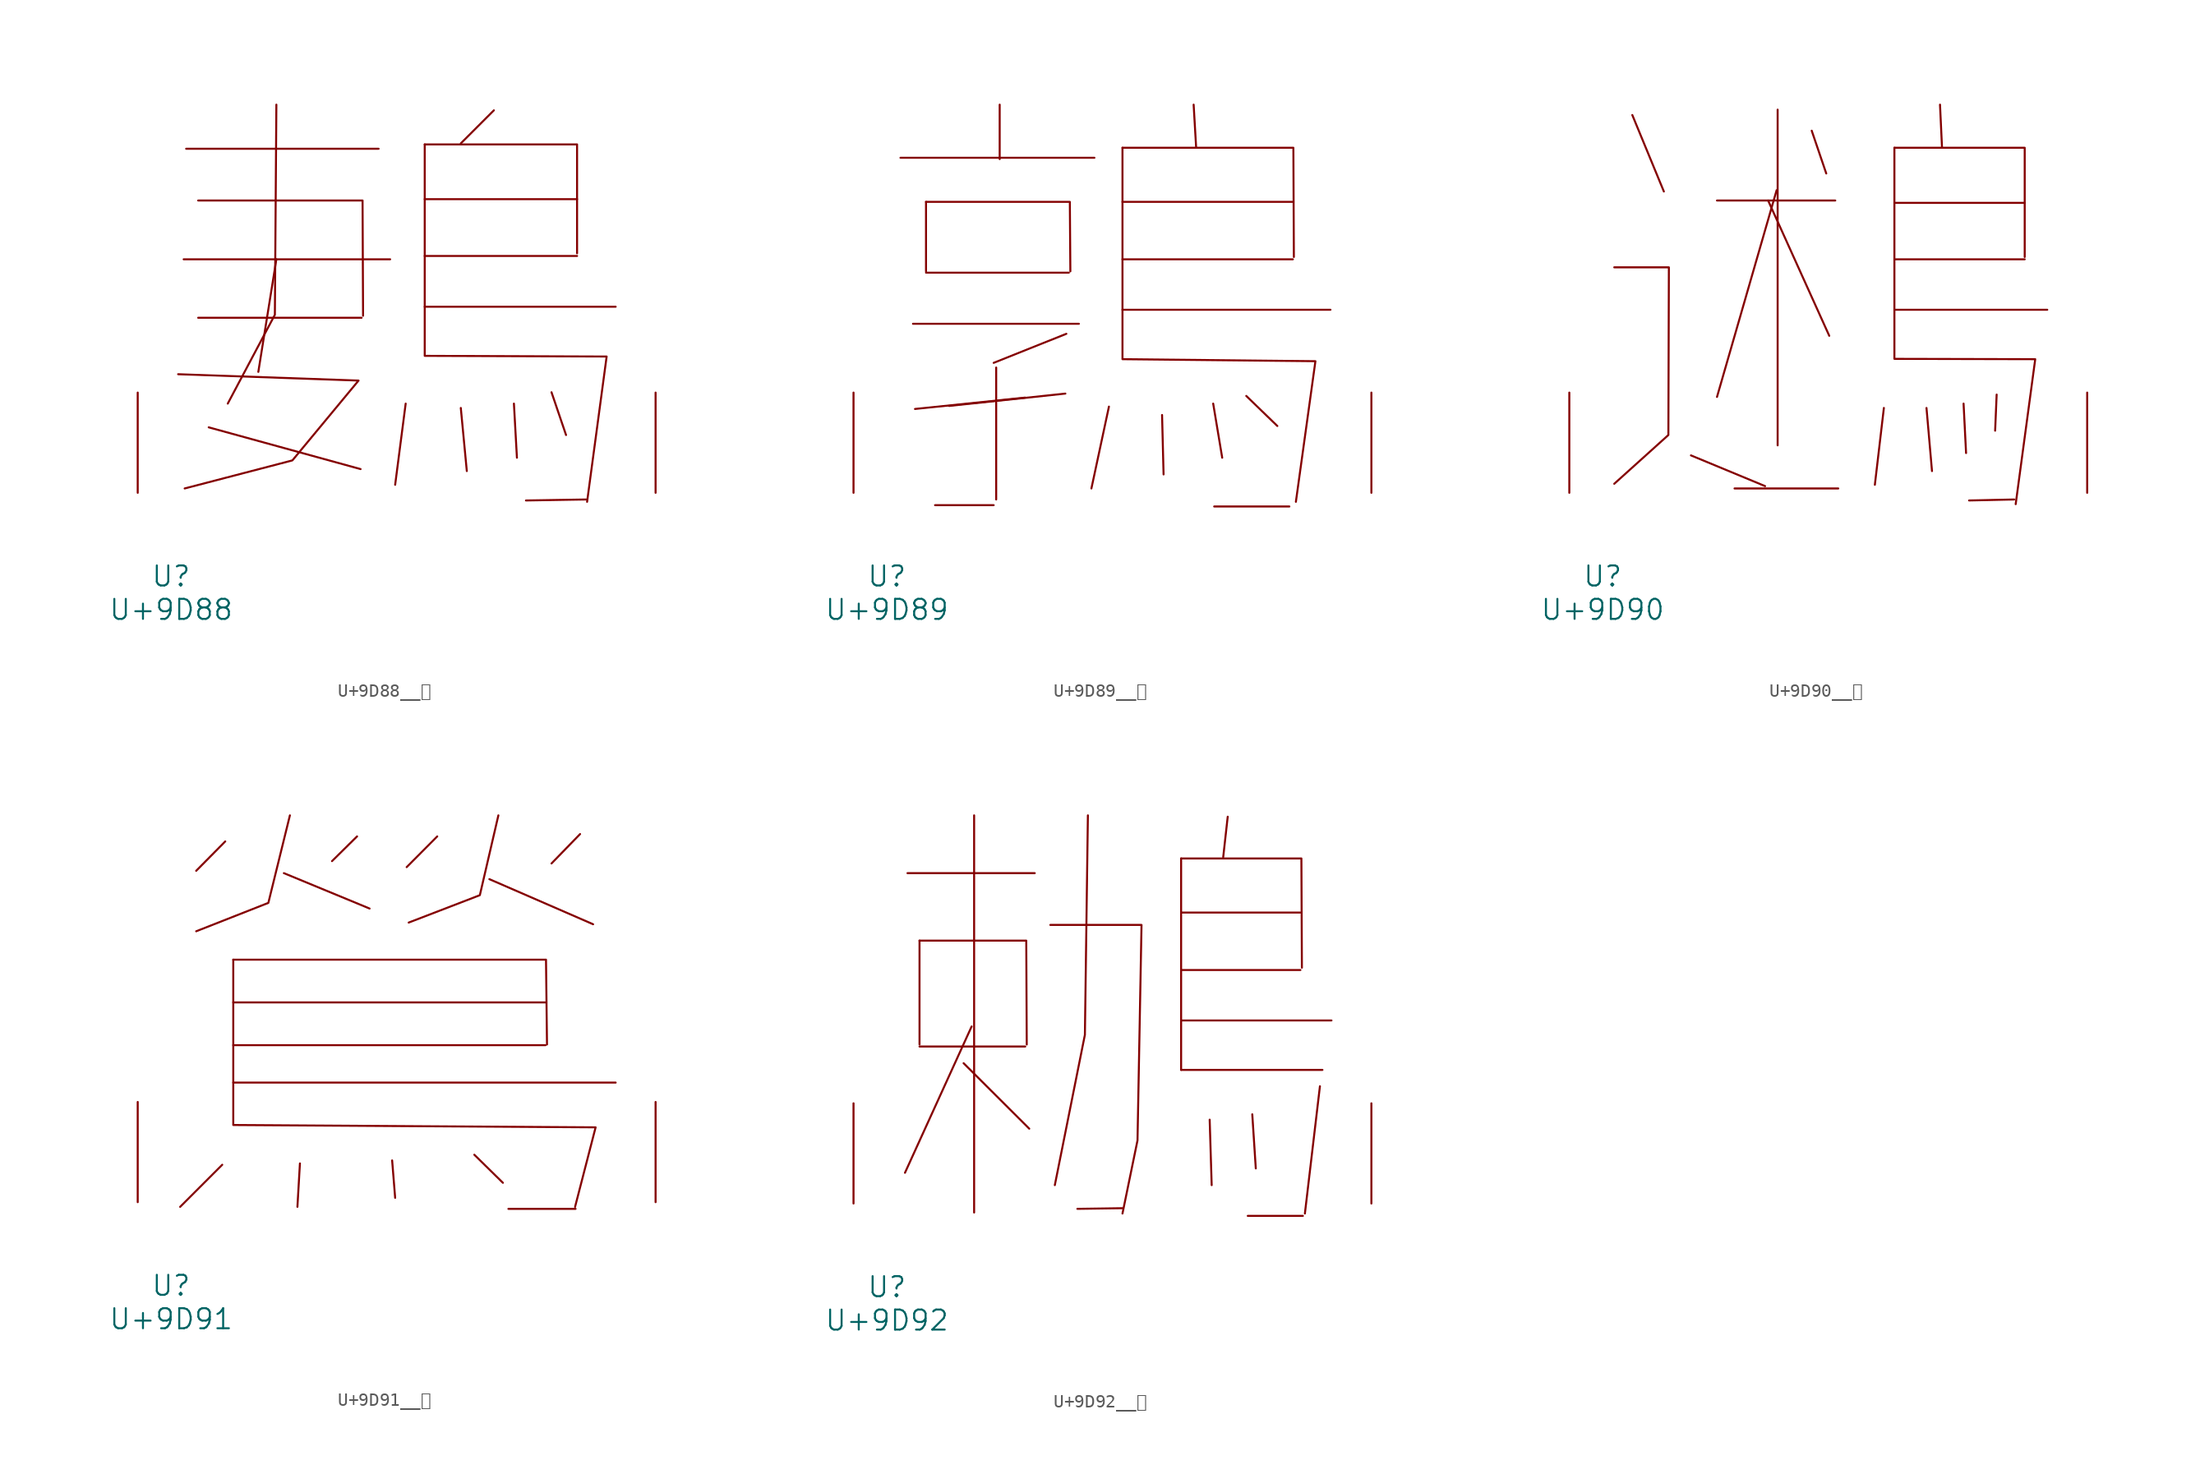
<source format=kicad_sym>
(kicad_symbol_lib
  (version 20231120)
  (generator "kicad_symbol_editor")
  (generator_version "8.0")
  (symbol "U+9D88__鶈"
    (pin_names
      (offset 1.016))
    (property "Reference" "U"
      (at 0 -6.35 0)
      (effects (font (size 1.524 1.524))))
    (property "Value" "U+9D88"
      (at 0 -8.89 0)
      (effects (font (size 1.524 1.524))))
    (symbol "U+9D88__鶈_0_1"
      (polyline (pts (xy 0.953 17.755) (xy 16.65 17.755)) (stroke (width 0) (type solid)) (fill (type none)))
      (polyline (pts (xy 1.143 26.162) (xy 15.773 26.162)) (stroke (width 0) (type solid)) (fill (type none)))
      (polyline (pts (xy 2.057 13.31) (xy 14.478 13.31)) (stroke (width 0) (type solid)) (fill (type none)))
      (polyline (pts (xy 2.857 4.978) (xy 14.402 1.803)) (stroke (width 0) (type solid)) (fill (type none)))
      (polyline (pts (xy 8.001 17.755) (xy 6.629 9.195)) (stroke (width 0) (type solid)) (fill (type none)))
      (polyline (pts (xy 17.831 6.782) (xy 17.031 0.61)) (stroke (width 0) (type solid)) (fill (type none)))
      (polyline (pts (xy 19.279 14.148) (xy 33.795 14.148)) (stroke (width 0) (type solid)) (fill (type none)))
      (polyline (pts (xy 19.279 18.009) (xy 30.861 18.009)) (stroke (width 0) (type solid)) (fill (type none)))
      (polyline (pts (xy 19.279 22.327) (xy 30.861 22.327)) (stroke (width 0) (type solid)) (fill (type none)))
      (polyline (pts (xy 22.022 6.452) (xy 22.479 1.651)) (stroke (width 0) (type solid)) (fill (type none)))
      (polyline (pts (xy 24.536 29.083) (xy 22.022 26.568)) (stroke (width 0) (type solid)) (fill (type none)))
      (polyline (pts (xy 26.06 6.782) (xy 26.289 2.667)) (stroke (width 0) (type solid)) (fill (type none)))
      (polyline (pts (xy 28.918 7.645) (xy 30.023 4.394)) (stroke (width 0) (type solid)) (fill (type none)))
      (polyline (pts (xy 31.547 -0.508) (xy 26.975 -0.584)) (stroke (width 0) (type solid)) (fill (type none)))
      (polyline (pts (xy 2.057 22.225) (xy 14.554 22.225) (xy 14.592 13.462)) (stroke (width 0) (type solid)) (fill (type none)))
      (polyline (pts (xy 8.001 29.515) (xy 7.887 13.538) (xy 4.305 6.782)) (stroke (width 0) (type solid)) (fill (type none)))
      (polyline (pts (xy 19.279 26.492) (xy 30.861 26.492) (xy 30.861 18.212)) (stroke (width 0) (type solid)) (fill (type none)))
      (polyline (pts (xy 0.533 9.017) (xy 14.249 8.534) (xy 9.22 2.464) (xy 1.029 0.33)) (stroke (width 0) (type solid)) (fill (type none)))
      (polyline (pts (xy 19.279 26.492) (xy 19.279 10.414) (xy 33.109 10.363) (xy 31.623 -0.686)) (stroke (width 0) (type solid)) (fill (type none)))
      (pin input line (at -2.54 0 90) (length 7.62) (name "~" (effects (font (size 1.27 1.27)))) (number "~" (effects (font (size 1.27 1.27)))))
      (pin input line (at 36.83 0 90) (length 7.62) (name "~" (effects (font (size 1.27 1.27)))) (number "~" (effects (font (size 1.27 1.27)))))))
  (symbol "U+9D89__鶉"
    (pin_names
      (offset 1.016))
    (property "Reference" "U"
      (at 0 -6.35 0)
      (effects (font (size 1.524 1.524))))
    (property "Value" "U+9D89"
      (at 0 -8.89 0)
      (effects (font (size 1.524 1.524))))
    (symbol "U+9D89__鶉_0_1"
      (polyline (pts (xy 1.029 25.476) (xy 15.773 25.476)) (stroke (width 0) (type solid)) (fill (type none)))
      (polyline (pts (xy 1.981 12.852) (xy 14.592 12.852)) (stroke (width 0) (type solid)) (fill (type none)))
      (polyline (pts (xy 2.972 16.739) (xy 13.83 16.739)) (stroke (width 0) (type solid)) (fill (type none)))
      (polyline (pts (xy 2.972 22.123) (xy 2.972 16.84)) (stroke (width 0) (type solid)) (fill (type none)))
      (polyline (pts (xy 3.658 -0.94) (xy 8.115 -0.94)) (stroke (width 0) (type solid)) (fill (type none)))
      (polyline (pts (xy 8.306 9.525) (xy 8.306 -0.508)) (stroke (width 0) (type solid)) (fill (type none)))
      (polyline (pts (xy 8.572 29.515) (xy 8.572 25.375)) (stroke (width 0) (type solid)) (fill (type none)))
      (polyline (pts (xy 10.516 7.239) (xy 2.134 6.375)) (stroke (width 0) (type solid)) (fill (type none)))
      (polyline (pts (xy 13.564 7.544) (xy 4.724 6.604)) (stroke (width 0) (type solid)) (fill (type none)))
      (polyline (pts (xy 13.64 12.09) (xy 8.115 9.881)) (stroke (width 0) (type solid)) (fill (type none)))
      (polyline (pts (xy 16.878 6.553) (xy 15.545 0.33)) (stroke (width 0) (type solid)) (fill (type none)))
      (polyline (pts (xy 17.907 13.919) (xy 33.718 13.919)) (stroke (width 0) (type solid)) (fill (type none)))
      (polyline (pts (xy 17.907 17.755) (xy 30.861 17.755)) (stroke (width 0) (type solid)) (fill (type none)))
      (polyline (pts (xy 17.907 22.123) (xy 30.861 22.123)) (stroke (width 0) (type solid)) (fill (type none)))
      (polyline (pts (xy 20.917 5.918) (xy 21.031 1.397)) (stroke (width 0) (type solid)) (fill (type none)))
      (polyline (pts (xy 23.317 29.515) (xy 23.508 26.238)) (stroke (width 0) (type solid)) (fill (type none)))
      (polyline (pts (xy 24.803 6.782) (xy 25.489 2.667)) (stroke (width 0) (type solid)) (fill (type none)))
      (polyline (pts (xy 24.879 -1.041) (xy 30.594 -1.041)) (stroke (width 0) (type solid)) (fill (type none)))
      (polyline (pts (xy 27.318 7.366) (xy 29.68 5.08)) (stroke (width 0) (type solid)) (fill (type none)))
      (polyline (pts (xy 2.972 22.123) (xy 13.906 22.123) (xy 13.945 16.84)) (stroke (width 0) (type solid)) (fill (type none)))
      (polyline (pts (xy 17.907 26.238) (xy 30.899 26.238) (xy 30.937 17.932)) (stroke (width 0) (type solid)) (fill (type none)))
      (polyline (pts (xy 17.907 26.238) (xy 17.907 10.16) (xy 32.575 10.008) (xy 31.09 -0.686)) (stroke (width 0) (type solid)) (fill (type none)))
      (pin input line (at -2.54 0 90) (length 7.62) (name "~" (effects (font (size 1.27 1.27)))) (number "~" (effects (font (size 1.27 1.27)))))
      (pin input line (at 36.83 0 90) (length 7.62) (name "~" (effects (font (size 1.27 1.27)))) (number "~" (effects (font (size 1.27 1.27)))))))
  (symbol "U+9D90__鶐"
    (pin_names
      (offset 1.016))
    (property "Reference" "U"
      (at 0 -6.35 0)
      (effects (font (size 1.524 1.524))))
    (property "Value" "U+9D90"
      (at 0 -8.89 0)
      (effects (font (size 1.524 1.524))))
    (symbol "U+9D90__鶐_0_1"
      (polyline (pts (xy 2.248 28.727) (xy 4.648 22.911)) (stroke (width 0) (type solid)) (fill (type none)))
      (polyline (pts (xy 6.706 2.845) (xy 12.344 0.508)) (stroke (width 0) (type solid)) (fill (type none)))
      (polyline (pts (xy 8.687 22.225) (xy 17.678 22.225)) (stroke (width 0) (type solid)) (fill (type none)))
      (polyline (pts (xy 10.02 0.33) (xy 17.907 0.33)) (stroke (width 0) (type solid)) (fill (type none)))
      (polyline (pts (xy 12.573 22.225) (xy 17.221 11.938)) (stroke (width 0) (type solid)) (fill (type none)))
      (polyline (pts (xy 13.221 23.012) (xy 8.687 7.29)) (stroke (width 0) (type solid)) (fill (type none)))
      (polyline (pts (xy 13.297 29.134) (xy 13.297 3.607)) (stroke (width 0) (type solid)) (fill (type none)))
      (polyline (pts (xy 15.888 27.534) (xy 16.993 24.282)) (stroke (width 0) (type solid)) (fill (type none)))
      (polyline (pts (xy 21.374 6.452) (xy 20.688 0.61)) (stroke (width 0) (type solid)) (fill (type none)))
      (polyline (pts (xy 22.174 13.919) (xy 33.795 13.919)) (stroke (width 0) (type solid)) (fill (type none)))
      (polyline (pts (xy 22.174 17.755) (xy 32.08 17.755)) (stroke (width 0) (type solid)) (fill (type none)))
      (polyline (pts (xy 22.174 22.047) (xy 32.08 22.047)) (stroke (width 0) (type solid)) (fill (type none)))
      (polyline (pts (xy 24.613 6.452) (xy 25.032 1.651)) (stroke (width 0) (type solid)) (fill (type none)))
      (polyline (pts (xy 25.641 29.515) (xy 25.794 26.238)) (stroke (width 0) (type solid)) (fill (type none)))
      (polyline (pts (xy 27.432 6.782) (xy 27.622 3.023)) (stroke (width 0) (type solid)) (fill (type none)))
      (polyline (pts (xy 29.947 7.468) (xy 29.832 4.724)) (stroke (width 0) (type solid)) (fill (type none)))
      (polyline (pts (xy 31.28 -0.508) (xy 27.851 -0.584)) (stroke (width 0) (type solid)) (fill (type none)))
      (polyline (pts (xy 22.174 26.238) (xy 32.08 26.238) (xy 32.08 17.932)) (stroke (width 0) (type solid)) (fill (type none)))
      (polyline (pts (xy 0.876 17.145) (xy 5.029 17.145) (xy 4.991 4.394) (xy 0.876 0.686)) (stroke (width 0) (type solid)) (fill (type none)))
      (polyline (pts (xy 22.174 26.238) (xy 22.174 10.185) (xy 32.88 10.16) (xy 31.394 -0.864)) (stroke (width 0) (type solid)) (fill (type none)))
      (pin input line (at -2.54 0 90) (length 7.62) (name "~" (effects (font (size 1.27 1.27)))) (number "~" (effects (font (size 1.27 1.27)))))
      (pin input line (at 36.83 0 90) (length 7.62) (name "~" (effects (font (size 1.27 1.27)))) (number "~" (effects (font (size 1.27 1.27)))))))
  (symbol "U+9D91__鶑"
    (pin_names
      (offset 1.016))
    (property "Reference" "U"
      (at 0 -6.35 0)
      (effects (font (size 1.524 1.524))))
    (property "Value" "U+9D91"
      (at 0 -8.89 0)
      (effects (font (size 1.524 1.524))))
    (symbol "U+9D91__鶑_0_1"
      (polyline (pts (xy 3.886 2.845) (xy 0.686 -0.356)) (stroke (width 0) (type solid)) (fill (type none)))
      (polyline (pts (xy 4.115 27.432) (xy 1.905 25.197)) (stroke (width 0) (type solid)) (fill (type none)))
      (polyline (pts (xy 4.724 9.093) (xy 33.795 9.093)) (stroke (width 0) (type solid)) (fill (type none)))
      (polyline (pts (xy 4.724 11.938) (xy 28.461 11.938)) (stroke (width 0) (type solid)) (fill (type none)))
      (polyline (pts (xy 4.724 15.189) (xy 28.461 15.189)) (stroke (width 0) (type solid)) (fill (type none)))
      (polyline (pts (xy 8.572 25.019) (xy 15.088 22.327)) (stroke (width 0) (type solid)) (fill (type none)))
      (polyline (pts (xy 9.792 2.946) (xy 9.601 -0.356)) (stroke (width 0) (type solid)) (fill (type none)))
      (polyline (pts (xy 14.135 27.813) (xy 12.23 25.933)) (stroke (width 0) (type solid)) (fill (type none)))
      (polyline (pts (xy 16.802 3.175) (xy 17.031 0.33)) (stroke (width 0) (type solid)) (fill (type none)))
      (polyline (pts (xy 20.231 27.813) (xy 17.907 25.476)) (stroke (width 0) (type solid)) (fill (type none)))
      (polyline (pts (xy 23.05 3.607) (xy 25.222 1.473)) (stroke (width 0) (type solid)) (fill (type none)))
      (polyline (pts (xy 24.194 24.562) (xy 32.08 21.133)) (stroke (width 0) (type solid)) (fill (type none)))
      (polyline (pts (xy 25.641 -0.508) (xy 30.747 -0.508)) (stroke (width 0) (type solid)) (fill (type none)))
      (polyline (pts (xy 31.09 27.991) (xy 28.918 25.756)) (stroke (width 0) (type solid)) (fill (type none)))
      (polyline (pts (xy 4.724 18.44) (xy 28.499 18.44) (xy 28.575 11.989)) (stroke (width 0) (type solid)) (fill (type none)))
      (polyline (pts (xy 9.03 29.413) (xy 7.391 22.758) (xy 1.905 20.599)) (stroke (width 0) (type solid)) (fill (type none)))
      (polyline (pts (xy 24.879 29.413) (xy 23.47 23.343) (xy 18.059 21.26)) (stroke (width 0) (type solid)) (fill (type none)))
      (polyline (pts (xy 4.724 18.44) (xy 4.724 5.867) (xy 32.271 5.69) (xy 30.709 -0.356)) (stroke (width 0) (type solid)) (fill (type none)))
      (pin input line (at -2.54 0 90) (length 7.62) (name "~" (effects (font (size 1.27 1.27)))) (number "~" (effects (font (size 1.27 1.27)))))
      (pin input line (at 36.83 0 90) (length 7.62) (name "~" (effects (font (size 1.27 1.27)))) (number "~" (effects (font (size 1.27 1.27)))))))
  (symbol "U+9D92__鶒"
    (pin_names
      (offset 1.016))
    (property "Reference" "U"
      (at 0 -6.35 0)
      (effects (font (size 1.524 1.524))))
    (property "Value" "U+9D92"
      (at 0 -8.89 0)
      (effects (font (size 1.524 1.524))))
    (symbol "U+9D92__鶒_0_1"
      (polyline (pts (xy 1.562 25.121) (xy 11.239 25.121)) (stroke (width 0) (type solid)) (fill (type none)))
      (polyline (pts (xy 2.477 11.938) (xy 10.516 11.938)) (stroke (width 0) (type solid)) (fill (type none)))
      (polyline (pts (xy 2.477 19.99) (xy 2.477 12.09)) (stroke (width 0) (type solid)) (fill (type none)))
      (polyline (pts (xy 5.829 10.668) (xy 10.82 5.69)) (stroke (width 0) (type solid)) (fill (type none)))
      (polyline (pts (xy 6.439 13.462) (xy 1.372 2.337)) (stroke (width 0) (type solid)) (fill (type none)))
      (polyline (pts (xy 6.629 29.515) (xy 6.629 -0.686)) (stroke (width 0) (type solid)) (fill (type none)))
      (polyline (pts (xy 17.907 -0.356) (xy 14.478 -0.406)) (stroke (width 0) (type solid)) (fill (type none)))
      (polyline (pts (xy 22.365 10.16) (xy 33.109 10.16)) (stroke (width 0) (type solid)) (fill (type none)))
      (polyline (pts (xy 22.365 13.919) (xy 33.795 13.919)) (stroke (width 0) (type solid)) (fill (type none)))
      (polyline (pts (xy 22.365 17.755) (xy 31.433 17.755)) (stroke (width 0) (type solid)) (fill (type none)))
      (polyline (pts (xy 22.365 22.123) (xy 31.433 22.123)) (stroke (width 0) (type solid)) (fill (type none)))
      (polyline (pts (xy 22.365 26.238) (xy 22.365 10.16)) (stroke (width 0) (type solid)) (fill (type none)))
      (polyline (pts (xy 24.536 6.375) (xy 24.689 1.397)) (stroke (width 0) (type solid)) (fill (type none)))
      (polyline (pts (xy 25.908 29.413) (xy 25.565 26.34)) (stroke (width 0) (type solid)) (fill (type none)))
      (polyline (pts (xy 27.432 -0.94) (xy 31.623 -0.94)) (stroke (width 0) (type solid)) (fill (type none)))
      (polyline (pts (xy 27.775 6.782) (xy 28.042 2.667)) (stroke (width 0) (type solid)) (fill (type none)))
      (polyline (pts (xy 32.918 8.915) (xy 31.775 -0.762)) (stroke (width 0) (type solid)) (fill (type none)))
      (polyline (pts (xy 2.477 19.99) (xy 10.592 19.99) (xy 10.63 12.09)) (stroke (width 0) (type solid)) (fill (type none)))
      (polyline (pts (xy 15.278 29.515) (xy 15.05 12.827) (xy 12.764 1.397)) (stroke (width 0) (type solid)) (fill (type none)))
      (polyline (pts (xy 22.365 26.238) (xy 31.509 26.238) (xy 31.547 17.932)) (stroke (width 0) (type solid)) (fill (type none)))
      (polyline (pts (xy 12.421 21.184) (xy 19.355 21.184) (xy 19.05 4.801) (xy 17.907 -0.762)) (stroke (width 0) (type solid)) (fill (type none)))
      (pin input line (at -2.54 0 90) (length 7.62) (name "~" (effects (font (size 1.27 1.27)))) (number "~" (effects (font (size 1.27 1.27)))))
      (pin input line (at 36.83 0 90) (length 7.62) (name "~" (effects (font (size 1.27 1.27)))) (number "~" (effects (font (size 1.27 1.27))))))))
</source>
